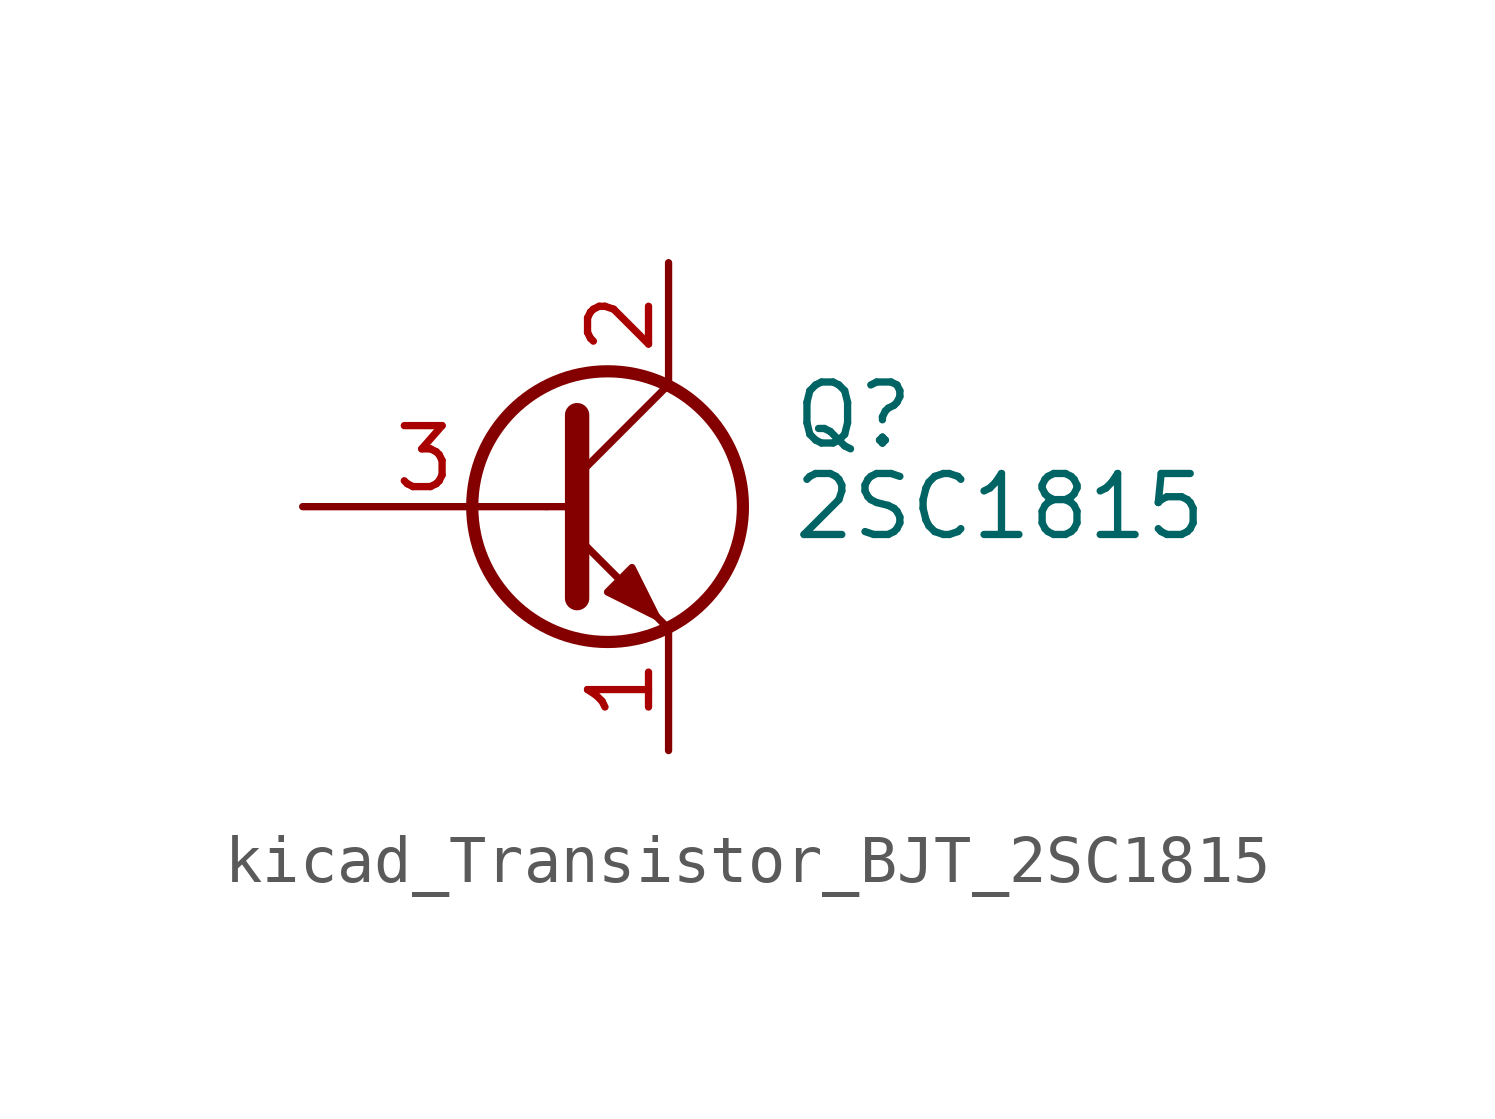
<source format=kicad_sym>
(kicad_symbol_lib
  (version 20220914)
  (generator kicad_symbol_editor)
  (symbol "kicad_Transistor_BJT_2SC1815"
    (pin_names
      (offset 0) hide)
    (property "Reference" "Q"
      (at 5.08 1.905 0)
      (effects (font (size 1.27 1.27)) (justify left)))
    (property "Value" "2SC1815"
      (at 5.08 0 0)
      (effects (font (size 1.27 1.27)) (justify left)))
    (symbol "kicad_Transistor_BJT_2SC1815_0_1"
      (polyline (pts (xy 0 0) (xy 0.508 0)) (stroke (width 0) (type default)) (fill (type none)))
      (polyline (pts (xy 0.635 0.635) (xy 2.54 2.54)) (stroke (width 0) (type default)) (fill (type none)))
      (polyline (pts (xy 0.635 -0.635) (xy 2.54 -2.54) (xy 2.54 -2.54)) (stroke (width 0) (type default)) (fill (type none)))
      (polyline (pts (xy 0.635 1.905) (xy 0.635 -1.905) (xy 0.635 -1.905)) (stroke (width 0.508) (type default)) (fill (type none)))
      (polyline (pts (xy 1.27 -1.778) (xy 1.778 -1.27) (xy 2.286 -2.286) (xy 1.27 -1.778) (xy 1.27 -1.778)) (stroke (width 0) (type default)) (fill (type outline)))
      (circle (center 1.27 0) (radius 2.819) (stroke (width 0.254) (type default)) (fill (type none))))
    (symbol "kicad_Transistor_BJT_2SC1815_1_1"
      (pin passive line (at 2.54 -5.08 90) (length 2.54) (name "E" (effects (font (size 1.27 1.27)))) (number "1" (effects (font (size 1.27 1.27)))))
      (pin passive line (at 2.54 5.08 270) (length 2.54) (name "C" (effects (font (size 1.27 1.27)))) (number "2" (effects (font (size 1.27 1.27)))))
      (pin input line (at -5.08 0 0) (length 5.08) (name "B" (effects (font (size 1.27 1.27)))) (number "3" (effects (font (size 1.27 1.27))))))))
</source>
